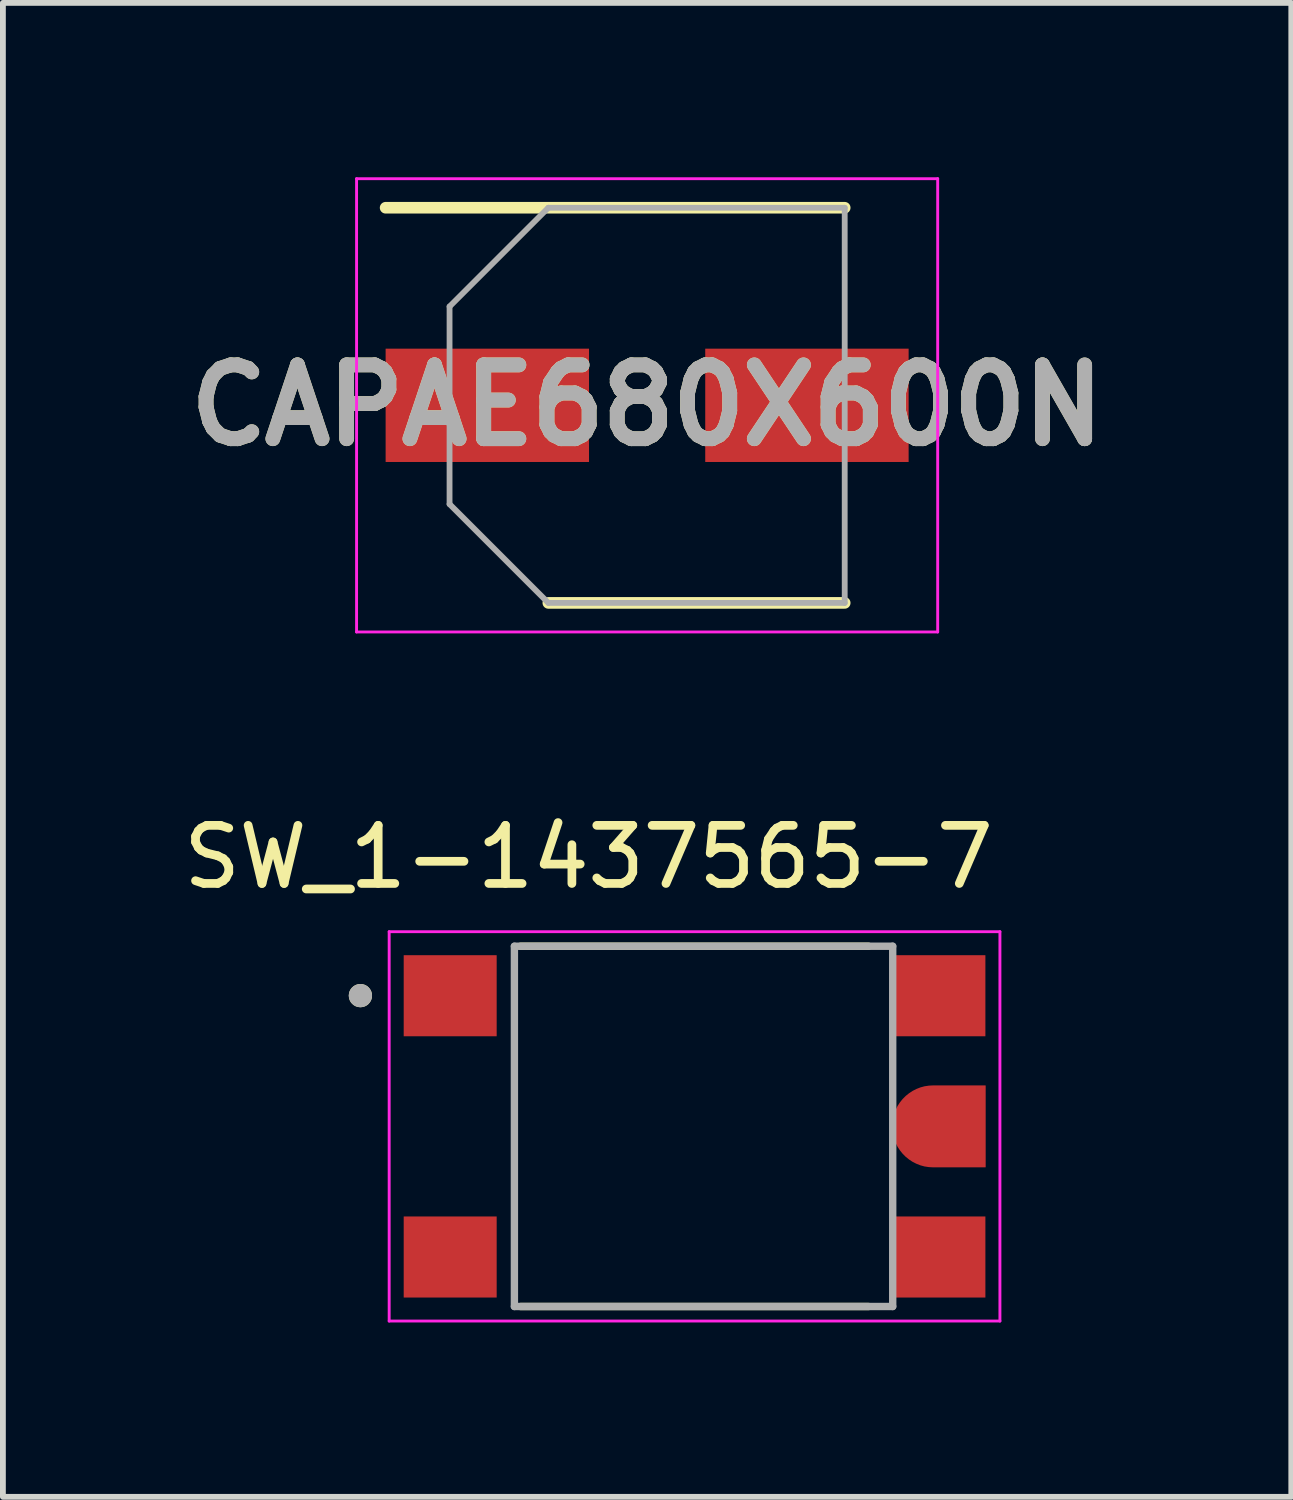
<source format=kicad_pcb>
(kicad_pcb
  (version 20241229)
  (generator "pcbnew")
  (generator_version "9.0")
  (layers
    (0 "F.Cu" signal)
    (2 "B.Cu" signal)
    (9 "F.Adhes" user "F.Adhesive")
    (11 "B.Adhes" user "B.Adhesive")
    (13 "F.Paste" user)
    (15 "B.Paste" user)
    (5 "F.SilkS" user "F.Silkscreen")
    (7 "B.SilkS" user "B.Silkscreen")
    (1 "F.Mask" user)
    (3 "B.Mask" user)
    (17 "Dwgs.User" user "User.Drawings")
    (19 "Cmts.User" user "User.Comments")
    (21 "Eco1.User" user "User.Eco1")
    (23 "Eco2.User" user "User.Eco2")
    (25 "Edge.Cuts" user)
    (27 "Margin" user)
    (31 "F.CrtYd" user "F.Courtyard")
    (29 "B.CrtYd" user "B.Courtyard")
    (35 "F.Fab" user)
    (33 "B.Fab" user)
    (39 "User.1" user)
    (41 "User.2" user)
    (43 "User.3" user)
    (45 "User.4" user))
  (footprint "SW_1-1437565-7"
    (layer "F.Cu")
    (at 8.902 16.333)
    (property "Reference" "SW_1-1437565-7" (at -1.825 -4.635 0) (layer "F.SilkS") (effects (font (size 1 1) (thickness 0.15))))
    (attr through_hole)
    (fp_poly (pts (xy 3.305 -0.8) (xy 4.305 -0.8) (xy 4.389 -0.796) (xy 4.471 -0.783) (xy 4.552 -0.761) (xy 4.63 -0.731) (xy 4.705 -0.693) (xy 4.775 -0.647) (xy 4.84 -0.595) (xy 4.9 -0.535) (xy 4.952 -0.47) (xy 4.998 -0.4) (xy 5.036 -0.325) (xy 5.066 -0.247) (xy 5.088 -0.166) (xy 5.101 -0.084) (xy 5.105 0) (xy 5.101 0.084) (xy 5.088 0.166) (xy 5.066 0.247) (xy 5.036 0.325) (xy 4.998 0.4) (xy 4.952 0.47) (xy 4.9 0.535) (xy 4.84 0.595) (xy 4.775 0.647) (xy 4.705 0.693) (xy 4.63 0.731) (xy 4.552 0.761) (xy 4.471 0.783) (xy 4.389 0.796) (xy 4.305 0.8) (xy 3.305 0.8) (xy 3.305 -0.8)) (stroke (width 0.01) (type solid)) (fill yes) (layer "F.Mask"))
    (fp_line (start -2.995 -3.1) (end 2.995 -3.1) (stroke (width 0.127) (type solid)) (layer "F.SilkS"))
    (fp_line (start 2.995 3.1) (end -2.995 3.1) (stroke (width 0.127) (type solid)) (layer "F.SilkS"))
    (fp_circle (center -5.75 -2.25) (end -5.65 -2.25) (stroke (width 0.2) (type solid)) (fill no) (layer "F.SilkS"))
    (fp_poly (pts (xy 3.405 -0.7) (xy 4.305 -0.7) (xy 4.378 -0.696) (xy 4.451 -0.685) (xy 4.521 -0.666) (xy 4.59 -0.639) (xy 4.655 -0.606) (xy 4.716 -0.566) (xy 4.773 -0.52) (xy 4.825 -0.468) (xy 4.871 -0.411) (xy 4.911 -0.35) (xy 4.944 -0.285) (xy 4.971 -0.216) (xy 4.99 -0.146) (xy 5.001 -0.073) (xy 5.005 0) (xy 5.001 0.073) (xy 4.99 0.146) (xy 4.971 0.216) (xy 4.944 0.285) (xy 4.911 0.35) (xy 4.871 0.411) (xy 4.825 0.468) (xy 4.773 0.52) (xy 4.716 0.566) (xy 4.655 0.606) (xy 4.59 0.639) (xy 4.521 0.666) (xy 4.451 0.685) (xy 4.378 0.696) (xy 4.305 0.7) (xy 3.405 0.7) (xy 3.405 -0.7)) (stroke (width 0.01) (type solid)) (fill yes) (layer "F.Paste"))
    (fp_line (start -5.255 -3.35) (end 5.255 -3.35) (stroke (width 0.05) (type solid)) (layer "F.CrtYd"))
    (fp_line (start -5.255 3.35) (end -5.255 -3.35) (stroke (width 0.05) (type solid)) (layer "F.CrtYd"))
    (fp_line (start 5.255 -3.35) (end 5.255 3.35) (stroke (width 0.05) (type solid)) (layer "F.CrtYd"))
    (fp_line (start 5.255 3.35) (end -5.255 3.35) (stroke (width 0.05) (type solid)) (layer "F.CrtYd"))
    (fp_line (start -3.1 -3.1) (end 3.41 -3.1) (stroke (width 0.127) (type solid)) (layer "F.Fab"))
    (fp_line (start -3.1 3.1) (end -3.1 -3.1) (stroke (width 0.127) (type solid)) (layer "F.Fab"))
    (fp_line (start 3.41 -3.1) (end 3.41 3.1) (stroke (width 0.127) (type solid)) (layer "F.Fab"))
    (fp_line (start 3.41 3.1) (end -3.1 3.1) (stroke (width 0.127) (type solid)) (layer "F.Fab"))
    (fp_circle (center -5.75 -2.25) (end -5.65 -2.25) (stroke (width 0.2) (type solid)) (fill no) (layer "F.Fab"))
    (pad "1" smd rect (at -4.205 -2.248) (size 1.6 1.395) (layers "F.Cu" "F.Mask" "F.Paste"))
    (pad "2" smd rect (at 4.205 -2.248 180) (size 1.6 1.395) (layers "F.Cu" "F.Mask" "F.Paste"))
    (pad "3" smd rect (at -4.205 2.248) (size 1.6 1.395) (layers "F.Cu" "F.Mask" "F.Paste"))
    (pad "4" smd rect (at 4.205 2.248 180) (size 1.6 1.395) (layers "F.Cu" "F.Mask" "F.Paste"))
    (pad "5" smd custom (at 4.205 0 180) (size 0.5 0.5) (layers "F.Cu") (options (anchor rect)) (primitives (gr_poly (pts (xy -0.8 -0.7) (xy 0.1 -0.7) (xy 0.173 -0.696) (xy 0.246 -0.685) (xy 0.316 -0.666) (xy 0.385 -0.639) (xy 0.45 -0.606) (xy 0.511 -0.566) (xy 0.568 -0.52) (xy 0.62 -0.468) (xy 0.666 -0.411) (xy 0.706 -0.35) (xy 0.739 -0.285) (xy 0.766 -0.216) (xy 0.785 -0.146) (xy 0.796 -0.073) (xy 0.8 0) (xy 0.796 0.073) (xy 0.785 0.146) (xy 0.766 0.216) (xy 0.739 0.285) (xy 0.706 0.35) (xy 0.666 0.411) (xy 0.62 0.468) (xy 0.568 0.52) (xy 0.511 0.566) (xy 0.45 0.606) (xy 0.385 0.639) (xy 0.316 0.666) (xy 0.246 0.685) (xy 0.173 0.696) (xy 0.1 0.7) (xy -0.8 0.7) (xy -0.8 -0.7)) (width 0.01) (fill yes)))))
  (footprint "CAPAE680X600N"
    (layer "F.Cu")
    (at 8.086 3.925)
    (property "Reference" "CAPAE680X600N" (at 0 0 0) (layer "F.SilkS") (effects (font (size 1.27 1.27) (thickness 0.254))))
    (attr smd)
    (fp_line (start -4.5 -3.4) (end 3.4 -3.4) (stroke (width 0.2) (type solid)) (layer "F.SilkS"))
    (fp_line (start -1.7 3.4) (end 3.4 3.4) (stroke (width 0.2) (type solid)) (layer "F.SilkS"))
    (fp_line (start -5 -3.9) (end 5 -3.9) (stroke (width 0.05) (type solid)) (layer "F.CrtYd"))
    (fp_line (start -5 3.9) (end -5 -3.9) (stroke (width 0.05) (type solid)) (layer "F.CrtYd"))
    (fp_line (start 5 -3.9) (end 5 3.9) (stroke (width 0.05) (type solid)) (layer "F.CrtYd"))
    (fp_line (start 5 3.9) (end -5 3.9) (stroke (width 0.05) (type solid)) (layer "F.CrtYd"))
    (fp_line (start -3.4 -1.7) (end -3.4 1.7) (stroke (width 0.1) (type solid)) (layer "F.Fab"))
    (fp_line (start -3.4 1.7) (end -1.7 3.4) (stroke (width 0.1) (type solid)) (layer "F.Fab"))
    (fp_line (start -1.7 -3.4) (end -3.4 -1.7) (stroke (width 0.1) (type solid)) (layer "F.Fab"))
    (fp_line (start -1.7 3.4) (end 3.4 3.4) (stroke (width 0.1) (type solid)) (layer "F.Fab"))
    (fp_line (start 3.4 -3.4) (end -1.7 -3.4) (stroke (width 0.1) (type solid)) (layer "F.Fab"))
    (fp_line (start 3.4 3.4) (end 3.4 -3.4) (stroke (width 0.1) (type solid)) (layer "F.Fab"))
    (fp_text user "${REFERENCE}" (at 0 0 0) (layer "F.Fab") (effects (font (size 1.27 1.27) (thickness 0.254))))
    (pad "1" smd rect (at -2.75 0 90) (size 1.95 3.5) (layers "F.Cu" "F.Mask" "F.Paste"))
    (pad "2" smd rect (at 2.75 0 90) (size 1.95 3.5) (layers "F.Cu" "F.Mask" "F.Paste")))
  (gr_rect
    (start -3 -3)
    (end 19.171 22.708)
    (stroke (width 0.1) (type default))
    (fill no)
    (layer "Edge.Cuts")))
</source>
